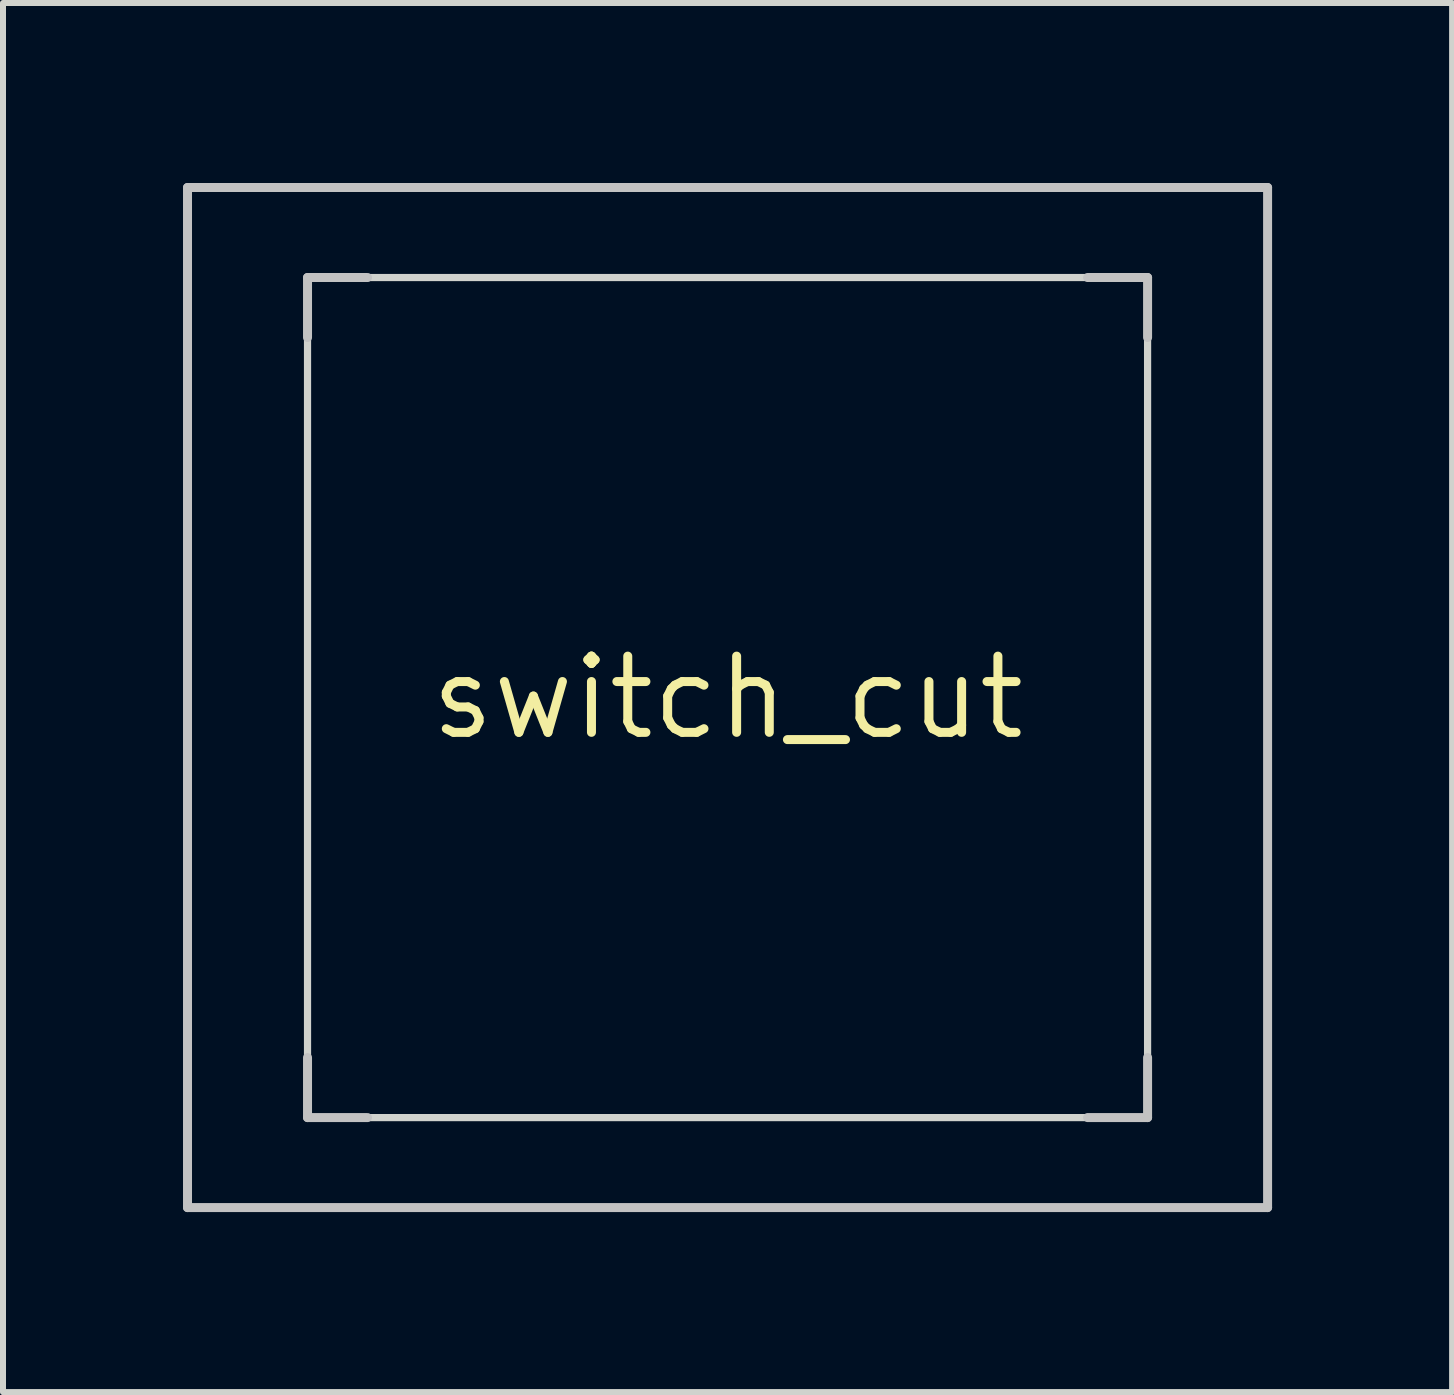
<source format=kicad_pcb>
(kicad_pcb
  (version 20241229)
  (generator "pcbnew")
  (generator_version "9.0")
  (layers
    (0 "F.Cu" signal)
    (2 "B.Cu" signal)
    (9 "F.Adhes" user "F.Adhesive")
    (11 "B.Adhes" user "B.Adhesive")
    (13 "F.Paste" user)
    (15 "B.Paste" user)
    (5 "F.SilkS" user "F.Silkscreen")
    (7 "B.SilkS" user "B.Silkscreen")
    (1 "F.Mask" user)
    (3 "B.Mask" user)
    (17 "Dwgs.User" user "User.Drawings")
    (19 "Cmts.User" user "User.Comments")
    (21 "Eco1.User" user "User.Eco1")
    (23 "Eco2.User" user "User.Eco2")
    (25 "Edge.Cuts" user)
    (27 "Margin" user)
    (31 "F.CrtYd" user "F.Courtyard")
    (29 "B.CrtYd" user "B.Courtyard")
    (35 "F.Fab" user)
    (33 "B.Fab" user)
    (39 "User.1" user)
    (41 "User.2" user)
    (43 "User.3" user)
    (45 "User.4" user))
  (footprint "switch_cut"
    (layer "F.Cu")
    (at 9.075 8.575)
    (property "Reference" "switch_cut" (at 0 0 180) (layer "F.SilkS") (effects (font (size 1.27 1.27) (thickness 0.15))))
    (attr through_hole)
    (fp_line (start -9 -8.5) (end 9 -8.5) (stroke (width 0.15) (type solid)) (layer "Dwgs.User"))
    (fp_line (start -9 8.5) (end -9 -8.5) (stroke (width 0.15) (type solid)) (layer "Dwgs.User"))
    (fp_line (start -7 -6) (end -7 -7) (stroke (width 0.15) (type solid)) (layer "Dwgs.User"))
    (fp_line (start -7 7) (end -7 6) (stroke (width 0.15) (type solid)) (layer "Dwgs.User"))
    (fp_line (start -7 7) (end -6 7) (stroke (width 0.15) (type solid)) (layer "Dwgs.User"))
    (fp_line (start -6 -7) (end -7 -7) (stroke (width 0.15) (type solid)) (layer "Dwgs.User"))
    (fp_line (start 6 7) (end 7 7) (stroke (width 0.15) (type solid)) (layer "Dwgs.User"))
    (fp_line (start 7 -7) (end 6 -7) (stroke (width 0.15) (type solid)) (layer "Dwgs.User"))
    (fp_line (start 7 -7) (end 7 -6) (stroke (width 0.15) (type solid)) (layer "Dwgs.User"))
    (fp_line (start 7 6) (end 7 7) (stroke (width 0.15) (type solid)) (layer "Dwgs.User"))
    (fp_line (start 9 -8.5) (end 9 8.5) (stroke (width 0.15) (type solid)) (layer "Dwgs.User"))
    (fp_line (start 9 8.5) (end -9 8.5) (stroke (width 0.15) (type solid)) (layer "Dwgs.User"))
    (fp_rect (start -7 -7) (end 7 7) (stroke (width 0.12) (type solid)) (fill no) (layer "Edge.Cuts")))
  (gr_rect
    (start -3 -3)
    (end 21.15 20.15)
    (stroke (width 0.1) (type default))
    (fill no)
    (layer "Edge.Cuts")))
</source>
